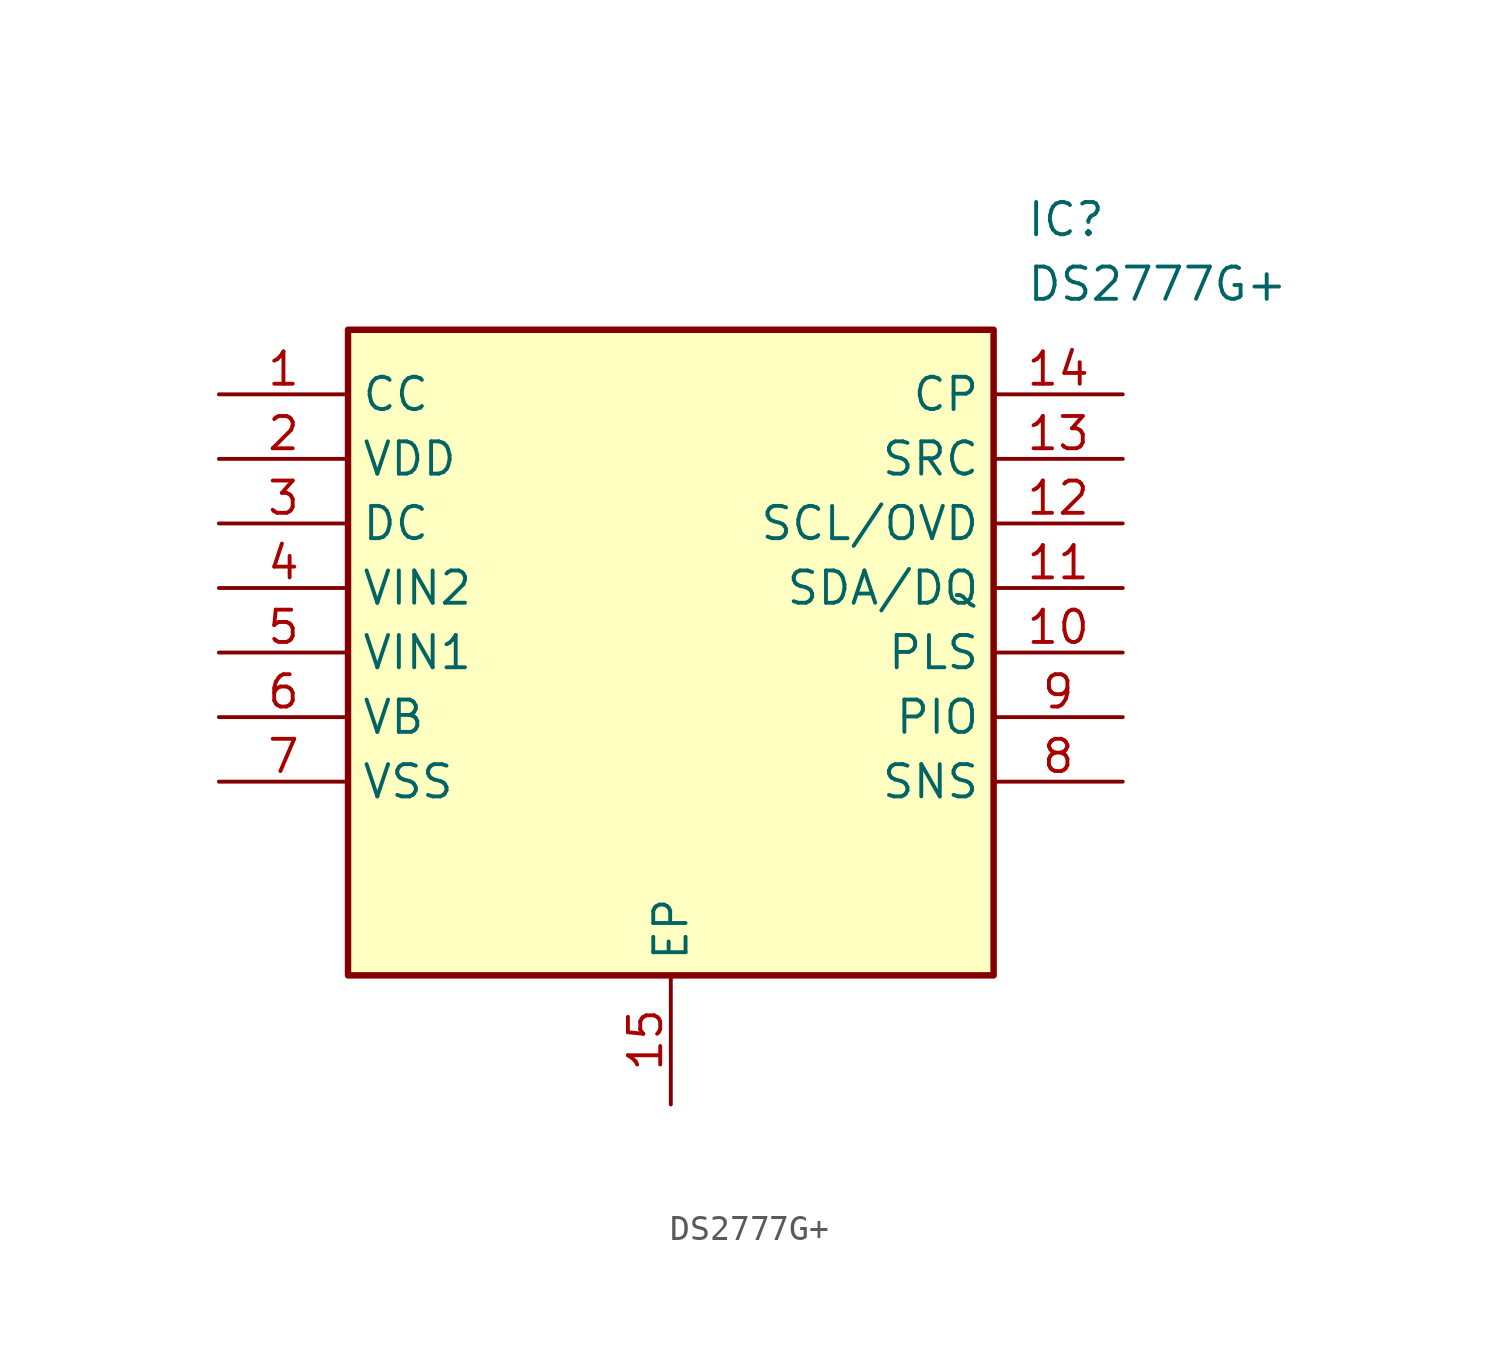
<source format=kicad_sym>
(kicad_symbol_lib
  (version 20211014)
  (generator SamacSys_ECAD_Model)
  (symbol "DS2777G+"
    (property "Reference" "IC"
      (at 31.75 7.62 0)
      (effects (font (size 1.27 1.27)) (justify left top)))
    (property "Value" "DS2777G+"
      (at 31.75 5.08 0)
      (effects (font (size 1.27 1.27)) (justify left top)))
    (rectangle
      (start 5.08 2.54)
      (end 30.48 -22.86)
      (stroke (width 0.254) (type default))
      (fill (type background)))
    (pin passive line
      (at 0 0 0)
      (length 5.08)
      (name "CC" (effects (font (size 1.27 1.27))))
      (number "1" (effects (font (size 1.27 1.27)))))
    (pin passive line
      (at 0 -2.54 0)
      (length 5.08)
      (name "VDD" (effects (font (size 1.27 1.27))))
      (number "2" (effects (font (size 1.27 1.27)))))
    (pin passive line
      (at 0 -5.08 0)
      (length 5.08)
      (name "DC" (effects (font (size 1.27 1.27))))
      (number "3" (effects (font (size 1.27 1.27)))))
    (pin passive line
      (at 0 -7.62 0)
      (length 5.08)
      (name "VIN2" (effects (font (size 1.27 1.27))))
      (number "4" (effects (font (size 1.27 1.27)))))
    (pin passive line
      (at 0 -10.16 0)
      (length 5.08)
      (name "VIN1" (effects (font (size 1.27 1.27))))
      (number "5" (effects (font (size 1.27 1.27)))))
    (pin passive line
      (at 0 -12.7 0)
      (length 5.08)
      (name "VB" (effects (font (size 1.27 1.27))))
      (number "6" (effects (font (size 1.27 1.27)))))
    (pin passive line
      (at 0 -15.24 0)
      (length 5.08)
      (name "VSS" (effects (font (size 1.27 1.27))))
      (number "7" (effects (font (size 1.27 1.27)))))
    (pin passive line
      (at 17.78 -27.94 90)
      (length 5.08)
      (name "EP" (effects (font (size 1.27 1.27))))
      (number "15" (effects (font (size 1.27 1.27)))))
    (pin passive line
      (at 35.56 0 180)
      (length 5.08)
      (name "CP" (effects (font (size 1.27 1.27))))
      (number "14" (effects (font (size 1.27 1.27)))))
    (pin passive line
      (at 35.56 -2.54 180)
      (length 5.08)
      (name "SRC" (effects (font (size 1.27 1.27))))
      (number "13" (effects (font (size 1.27 1.27)))))
    (pin passive line
      (at 35.56 -5.08 180)
      (length 5.08)
      (name "SCL/OVD" (effects (font (size 1.27 1.27))))
      (number "12" (effects (font (size 1.27 1.27)))))
    (pin passive line
      (at 35.56 -7.62 180)
      (length 5.08)
      (name "SDA/DQ" (effects (font (size 1.27 1.27))))
      (number "11" (effects (font (size 1.27 1.27)))))
    (pin passive line
      (at 35.56 -10.16 180)
      (length 5.08)
      (name "PLS" (effects (font (size 1.27 1.27))))
      (number "10" (effects (font (size 1.27 1.27)))))
    (pin passive line
      (at 35.56 -12.7 180)
      (length 5.08)
      (name "PIO" (effects (font (size 1.27 1.27))))
      (number "9" (effects (font (size 1.27 1.27)))))
    (pin passive line
      (at 35.56 -15.24 180)
      (length 5.08)
      (name "SNS" (effects (font (size 1.27 1.27))))
      (number "8" (effects (font (size 1.27 1.27)))))))
</source>
